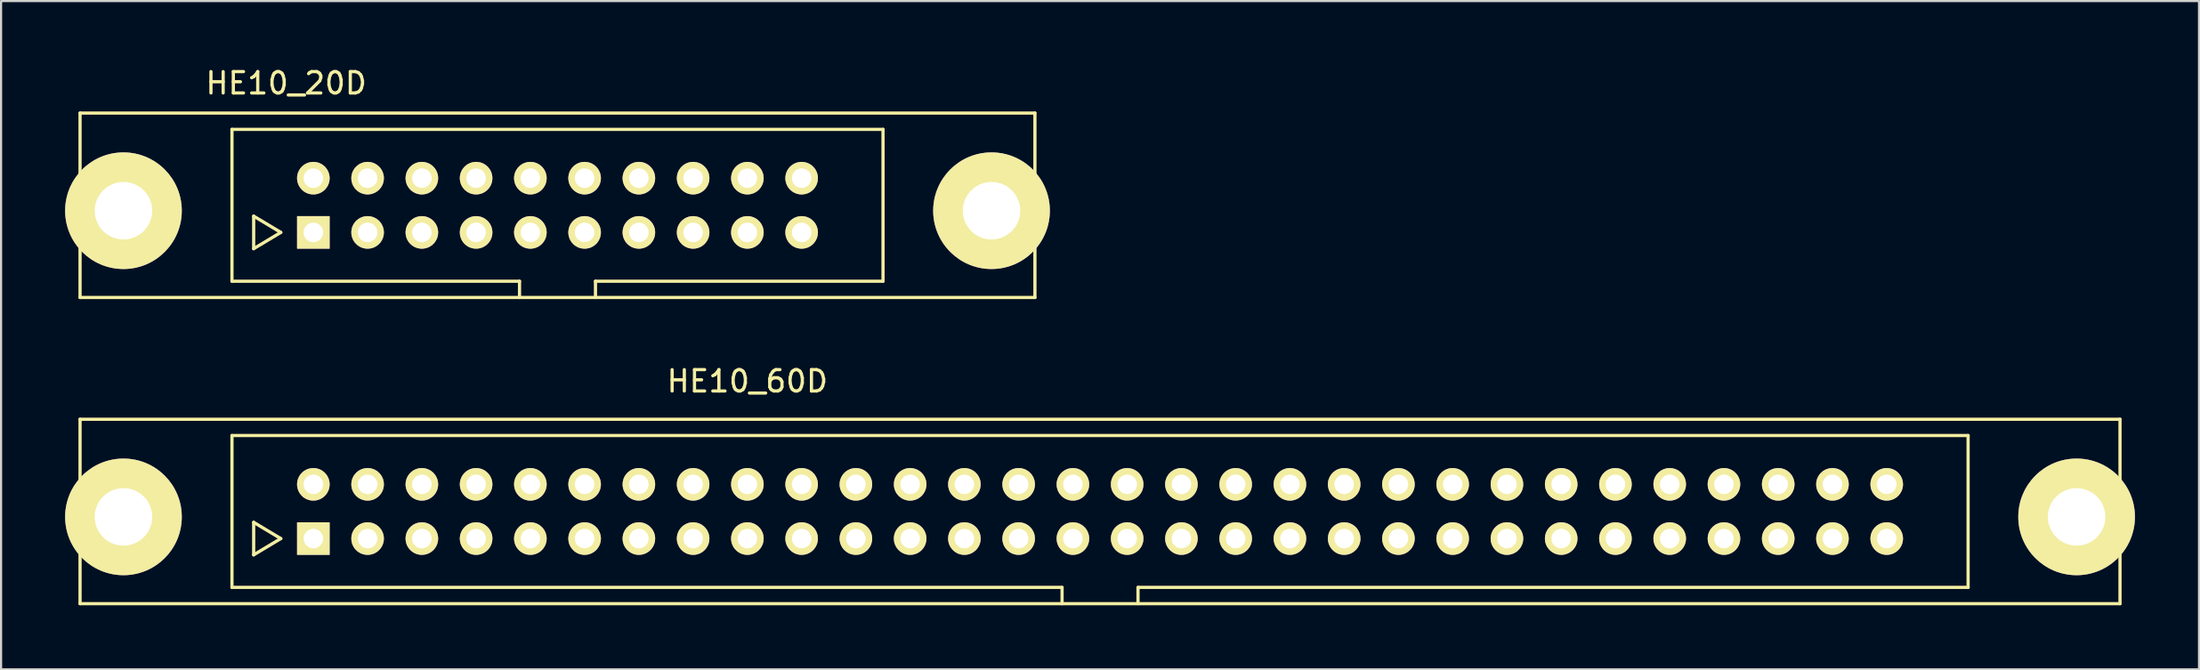
<source format=kicad_pcb>
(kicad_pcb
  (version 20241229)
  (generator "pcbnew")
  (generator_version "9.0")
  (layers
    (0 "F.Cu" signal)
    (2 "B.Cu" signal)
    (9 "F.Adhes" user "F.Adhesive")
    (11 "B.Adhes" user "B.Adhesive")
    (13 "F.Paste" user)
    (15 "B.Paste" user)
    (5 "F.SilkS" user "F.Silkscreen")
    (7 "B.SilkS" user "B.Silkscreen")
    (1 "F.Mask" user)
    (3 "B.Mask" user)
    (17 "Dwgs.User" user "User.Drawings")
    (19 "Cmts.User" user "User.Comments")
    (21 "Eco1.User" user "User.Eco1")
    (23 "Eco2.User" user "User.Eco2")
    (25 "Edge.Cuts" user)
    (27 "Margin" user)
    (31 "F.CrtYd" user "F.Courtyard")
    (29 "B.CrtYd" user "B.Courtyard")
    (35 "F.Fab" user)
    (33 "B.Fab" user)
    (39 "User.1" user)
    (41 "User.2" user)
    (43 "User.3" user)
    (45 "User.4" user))
  (footprint "HE10_20D"
    (layer "F.Cu")
    (at 23.05 6.563)
    (property "Reference" "HE10_20D" (at -12.7 -5.715 0) (layer "F.SilkS") (effects (font (size 1 1) (thickness 0.15))))
    (attr through_hole)
    (fp_line (start -22.352 -4.318) (end -22.352 4.318) (stroke (width 0.15) (type solid)) (layer "F.SilkS"))
    (fp_line (start -22.352 4.318) (end 22.352 4.318) (stroke (width 0.15) (type solid)) (layer "F.SilkS"))
    (fp_line (start -15.24 -3.556) (end 15.24 -3.556) (stroke (width 0.15) (type solid)) (layer "F.SilkS"))
    (fp_line (start -15.24 3.556) (end -15.24 -3.556) (stroke (width 0.15) (type solid)) (layer "F.SilkS"))
    (fp_line (start -14.224 0.508) (end -14.224 2.032) (stroke (width 0.15) (type solid)) (layer "F.SilkS"))
    (fp_line (start -14.224 2.032) (end -12.954 1.27) (stroke (width 0.15) (type solid)) (layer "F.SilkS"))
    (fp_line (start -12.954 1.27) (end -14.224 0.508) (stroke (width 0.15) (type solid)) (layer "F.SilkS"))
    (fp_line (start -1.778 3.556) (end -15.24 3.556) (stroke (width 0.15) (type solid)) (layer "F.SilkS"))
    (fp_line (start -1.778 4.318) (end -1.778 3.556) (stroke (width 0.15) (type solid)) (layer "F.SilkS"))
    (fp_line (start 1.778 3.556) (end 1.778 4.318) (stroke (width 0.15) (type solid)) (layer "F.SilkS"))
    (fp_line (start 15.24 -3.556) (end 15.24 3.556) (stroke (width 0.15) (type solid)) (layer "F.SilkS"))
    (fp_line (start 15.24 3.556) (end 1.778 3.556) (stroke (width 0.15) (type solid)) (layer "F.SilkS"))
    (fp_line (start 22.352 -4.318) (end -22.352 -4.318) (stroke (width 0.15) (type solid)) (layer "F.SilkS"))
    (fp_line (start 22.352 4.318) (end 22.352 -4.318) (stroke (width 0.15) (type solid)) (layer "F.SilkS"))
    (pad "" thru_hole circle (at -20.32 0.254) (size 5.461 5.461) (drill 2.692) (layers "*.Cu" "*.Mask" "F.SilkS"))
    (pad "" thru_hole circle (at 20.32 0.254) (size 5.461 5.461) (drill 2.692) (layers "*.Cu" "*.Mask" "F.SilkS"))
    (pad "1" thru_hole rect (at -11.43 1.27) (size 1.524 1.524) (drill 0.914) (layers "*.Cu" "*.Mask" "F.SilkS"))
    (pad "2" thru_hole circle (at -11.43 -1.27) (size 1.524 1.524) (drill 0.914) (layers "*.Cu" "*.Mask" "F.SilkS"))
    (pad "3" thru_hole circle (at -8.89 1.27) (size 1.524 1.524) (drill 0.914) (layers "*.Cu" "*.Mask" "F.SilkS"))
    (pad "4" thru_hole circle (at -8.89 -1.27) (size 1.524 1.524) (drill 0.914) (layers "*.Cu" "*.Mask" "F.SilkS"))
    (pad "5" thru_hole circle (at -6.35 1.27) (size 1.524 1.524) (drill 0.914) (layers "*.Cu" "*.Mask" "F.SilkS"))
    (pad "6" thru_hole circle (at -6.35 -1.27) (size 1.524 1.524) (drill 0.914) (layers "*.Cu" "*.Mask" "F.SilkS"))
    (pad "7" thru_hole circle (at -3.81 1.27) (size 1.524 1.524) (drill 0.914) (layers "*.Cu" "*.Mask" "F.SilkS"))
    (pad "8" thru_hole circle (at -3.81 -1.27) (size 1.524 1.524) (drill 0.914) (layers "*.Cu" "*.Mask" "F.SilkS"))
    (pad "9" thru_hole circle (at -1.27 1.27) (size 1.524 1.524) (drill 0.914) (layers "*.Cu" "*.Mask" "F.SilkS"))
    (pad "10" thru_hole circle (at -1.27 -1.27) (size 1.524 1.524) (drill 0.914) (layers "*.Cu" "*.Mask" "F.SilkS"))
    (pad "11" thru_hole circle (at 1.27 1.27) (size 1.524 1.524) (drill 0.914) (layers "*.Cu" "*.Mask" "F.SilkS"))
    (pad "12" thru_hole circle (at 1.27 -1.27) (size 1.524 1.524) (drill 0.914) (layers "*.Cu" "*.Mask" "F.SilkS"))
    (pad "13" thru_hole circle (at 3.81 1.27) (size 1.524 1.524) (drill 0.914) (layers "*.Cu" "*.Mask" "F.SilkS"))
    (pad "14" thru_hole circle (at 3.81 -1.27) (size 1.524 1.524) (drill 0.914) (layers "*.Cu" "*.Mask" "F.SilkS"))
    (pad "15" thru_hole circle (at 6.35 1.27) (size 1.524 1.524) (drill 0.914) (layers "*.Cu" "*.Mask" "F.SilkS"))
    (pad "16" thru_hole circle (at 6.35 -1.27) (size 1.524 1.524) (drill 0.914) (layers "*.Cu" "*.Mask" "F.SilkS"))
    (pad "17" thru_hole circle (at 8.89 1.27) (size 1.524 1.524) (drill 0.914) (layers "*.Cu" "*.Mask" "F.SilkS"))
    (pad "18" thru_hole circle (at 8.89 -1.27) (size 1.524 1.524) (drill 0.914) (layers "*.Cu" "*.Mask" "F.SilkS"))
    (pad "19" thru_hole circle (at 11.43 1.27) (size 1.524 1.524) (drill 0.914) (layers "*.Cu" "*.Mask" "F.SilkS"))
    (pad "20" thru_hole circle (at 11.43 -1.27) (size 1.524 1.524) (drill 0.914) (layers "*.Cu" "*.Mask" "F.SilkS")))
  (footprint "HE10_60D"
    (layer "F.Cu")
    (at 48.45 21.154)
    (property "Reference" "HE10_60D" (at -16.51 -6.35 0) (layer "F.SilkS") (effects (font (size 1 1) (thickness 0.15))))
    (attr through_hole)
    (fp_line (start -47.752 -4.572) (end -47.752 4.064) (stroke (width 0.15) (type solid)) (layer "F.SilkS"))
    (fp_line (start -47.752 4.064) (end 47.752 4.064) (stroke (width 0.15) (type solid)) (layer "F.SilkS"))
    (fp_line (start -40.64 -3.81) (end 40.64 -3.81) (stroke (width 0.15) (type solid)) (layer "F.SilkS"))
    (fp_line (start -40.64 3.302) (end -40.64 -3.81) (stroke (width 0.15) (type solid)) (layer "F.SilkS"))
    (fp_line (start -39.624 0.254) (end -39.624 1.778) (stroke (width 0.15) (type solid)) (layer "F.SilkS"))
    (fp_line (start -39.624 1.778) (end -38.354 1.016) (stroke (width 0.15) (type solid)) (layer "F.SilkS"))
    (fp_line (start -38.354 1.016) (end -39.624 0.254) (stroke (width 0.15) (type solid)) (layer "F.SilkS"))
    (fp_line (start -1.778 3.302) (end -40.64 3.302) (stroke (width 0.15) (type solid)) (layer "F.SilkS"))
    (fp_line (start -1.778 4.064) (end -1.778 3.302) (stroke (width 0.15) (type solid)) (layer "F.SilkS"))
    (fp_line (start 1.778 3.302) (end 1.778 4.064) (stroke (width 0.15) (type solid)) (layer "F.SilkS"))
    (fp_line (start 40.64 -3.81) (end 40.64 3.302) (stroke (width 0.15) (type solid)) (layer "F.SilkS"))
    (fp_line (start 40.64 3.302) (end 1.778 3.302) (stroke (width 0.15) (type solid)) (layer "F.SilkS"))
    (fp_line (start 47.752 -4.572) (end -47.752 -4.572) (stroke (width 0.15) (type solid)) (layer "F.SilkS"))
    (fp_line (start 47.752 4.064) (end 47.752 -4.572) (stroke (width 0.15) (type solid)) (layer "F.SilkS"))
    (pad "" thru_hole circle (at -45.72 0) (size 5.461 5.461) (drill 2.692) (layers "*.Cu" "*.Mask" "F.SilkS"))
    (pad "" thru_hole circle (at 45.72 0) (size 5.461 5.461) (drill 2.692) (layers "*.Cu" "*.Mask" "F.SilkS"))
    (pad "1" thru_hole rect (at -36.83 1.016) (size 1.524 1.524) (drill 0.914) (layers "*.Cu" "*.Mask" "F.SilkS"))
    (pad "2" thru_hole circle (at -36.83 -1.524) (size 1.524 1.524) (drill 0.914) (layers "*.Cu" "*.Mask" "F.SilkS"))
    (pad "3" thru_hole circle (at -34.29 1.016) (size 1.524 1.524) (drill 0.914) (layers "*.Cu" "*.Mask" "F.SilkS"))
    (pad "4" thru_hole circle (at -34.29 -1.524) (size 1.524 1.524) (drill 0.914) (layers "*.Cu" "*.Mask" "F.SilkS"))
    (pad "5" thru_hole circle (at -31.75 1.016) (size 1.524 1.524) (drill 0.914) (layers "*.Cu" "*.Mask" "F.SilkS"))
    (pad "6" thru_hole circle (at -31.75 -1.524) (size 1.524 1.524) (drill 0.914) (layers "*.Cu" "*.Mask" "F.SilkS"))
    (pad "7" thru_hole circle (at -29.21 1.016) (size 1.524 1.524) (drill 0.914) (layers "*.Cu" "*.Mask" "F.SilkS"))
    (pad "8" thru_hole circle (at -29.21 -1.524) (size 1.524 1.524) (drill 0.914) (layers "*.Cu" "*.Mask" "F.SilkS"))
    (pad "9" thru_hole circle (at -26.67 1.016) (size 1.524 1.524) (drill 0.914) (layers "*.Cu" "*.Mask" "F.SilkS"))
    (pad "10" thru_hole circle (at -26.67 -1.524) (size 1.524 1.524) (drill 0.914) (layers "*.Cu" "*.Mask" "F.SilkS"))
    (pad "11" thru_hole circle (at -24.13 1.016) (size 1.524 1.524) (drill 0.914) (layers "*.Cu" "*.Mask" "F.SilkS"))
    (pad "12" thru_hole circle (at -24.13 -1.524) (size 1.524 1.524) (drill 0.914) (layers "*.Cu" "*.Mask" "F.SilkS"))
    (pad "13" thru_hole circle (at -21.59 1.016) (size 1.524 1.524) (drill 0.914) (layers "*.Cu" "*.Mask" "F.SilkS"))
    (pad "14" thru_hole circle (at -21.59 -1.524) (size 1.524 1.524) (drill 0.914) (layers "*.Cu" "*.Mask" "F.SilkS"))
    (pad "15" thru_hole circle (at -19.05 1.016) (size 1.524 1.524) (drill 0.914) (layers "*.Cu" "*.Mask" "F.SilkS"))
    (pad "16" thru_hole circle (at -19.05 -1.524) (size 1.524 1.524) (drill 0.914) (layers "*.Cu" "*.Mask" "F.SilkS"))
    (pad "17" thru_hole circle (at -16.51 1.016) (size 1.524 1.524) (drill 0.914) (layers "*.Cu" "*.Mask" "F.SilkS"))
    (pad "18" thru_hole circle (at -16.51 -1.524) (size 1.524 1.524) (drill 0.914) (layers "*.Cu" "*.Mask" "F.SilkS"))
    (pad "19" thru_hole circle (at -13.97 1.016) (size 1.524 1.524) (drill 0.914) (layers "*.Cu" "*.Mask" "F.SilkS"))
    (pad "20" thru_hole circle (at -13.97 -1.524) (size 1.524 1.524) (drill 0.914) (layers "*.Cu" "*.Mask" "F.SilkS"))
    (pad "21" thru_hole circle (at -11.43 1.016) (size 1.524 1.524) (drill 0.914) (layers "*.Cu" "*.Mask" "F.SilkS"))
    (pad "22" thru_hole circle (at -11.43 -1.524) (size 1.524 1.524) (drill 0.914) (layers "*.Cu" "*.Mask" "F.SilkS"))
    (pad "23" thru_hole circle (at -8.89 1.016) (size 1.524 1.524) (drill 0.914) (layers "*.Cu" "*.Mask" "F.SilkS"))
    (pad "24" thru_hole circle (at -8.89 -1.524) (size 1.524 1.524) (drill 0.914) (layers "*.Cu" "*.Mask" "F.SilkS"))
    (pad "25" thru_hole circle (at -6.35 1.016) (size 1.524 1.524) (drill 0.914) (layers "*.Cu" "*.Mask" "F.SilkS"))
    (pad "26" thru_hole circle (at -6.35 -1.524) (size 1.524 1.524) (drill 0.914) (layers "*.Cu" "*.Mask" "F.SilkS"))
    (pad "27" thru_hole circle (at -3.81 1.016) (size 1.524 1.524) (drill 0.914) (layers "*.Cu" "*.Mask" "F.SilkS"))
    (pad "28" thru_hole circle (at -3.81 -1.524) (size 1.524 1.524) (drill 0.914) (layers "*.Cu" "*.Mask" "F.SilkS"))
    (pad "29" thru_hole circle (at -1.27 1.016) (size 1.524 1.524) (drill 0.914) (layers "*.Cu" "*.Mask" "F.SilkS"))
    (pad "30" thru_hole circle (at -1.27 -1.524) (size 1.524 1.524) (drill 0.914) (layers "*.Cu" "*.Mask" "F.SilkS"))
    (pad "31" thru_hole circle (at 1.27 1.016) (size 1.524 1.524) (drill 0.914) (layers "*.Cu" "*.Mask" "F.SilkS"))
    (pad "32" thru_hole circle (at 1.27 -1.524) (size 1.524 1.524) (drill 0.914) (layers "*.Cu" "*.Mask" "F.SilkS"))
    (pad "33" thru_hole circle (at 3.81 1.016) (size 1.524 1.524) (drill 0.914) (layers "*.Cu" "*.Mask" "F.SilkS"))
    (pad "34" thru_hole circle (at 3.81 -1.524) (size 1.524 1.524) (drill 0.914) (layers "*.Cu" "*.Mask" "F.SilkS"))
    (pad "35" thru_hole circle (at 6.35 1.016) (size 1.524 1.524) (drill 0.914) (layers "*.Cu" "*.Mask" "F.SilkS"))
    (pad "36" thru_hole circle (at 6.35 -1.524) (size 1.524 1.524) (drill 0.914) (layers "*.Cu" "*.Mask" "F.SilkS"))
    (pad "37" thru_hole circle (at 8.89 1.016) (size 1.524 1.524) (drill 0.914) (layers "*.Cu" "*.Mask" "F.SilkS"))
    (pad "38" thru_hole circle (at 8.89 -1.524) (size 1.524 1.524) (drill 0.914) (layers "*.Cu" "*.Mask" "F.SilkS"))
    (pad "39" thru_hole circle (at 11.43 1.016) (size 1.524 1.524) (drill 0.914) (layers "*.Cu" "*.Mask" "F.SilkS"))
    (pad "40" thru_hole circle (at 11.43 -1.524) (size 1.524 1.524) (drill 0.914) (layers "*.Cu" "*.Mask" "F.SilkS"))
    (pad "41" thru_hole circle (at 13.97 1.016) (size 1.524 1.524) (drill 0.914) (layers "*.Cu" "*.Mask" "F.SilkS"))
    (pad "42" thru_hole circle (at 13.97 -1.524) (size 1.524 1.524) (drill 0.914) (layers "*.Cu" "*.Mask" "F.SilkS"))
    (pad "43" thru_hole circle (at 16.51 1.016) (size 1.524 1.524) (drill 0.914) (layers "*.Cu" "*.Mask" "F.SilkS"))
    (pad "44" thru_hole circle (at 16.51 -1.524) (size 1.524 1.524) (drill 0.914) (layers "*.Cu" "*.Mask" "F.SilkS"))
    (pad "45" thru_hole circle (at 19.05 1.016) (size 1.524 1.524) (drill 0.914) (layers "*.Cu" "*.Mask" "F.SilkS"))
    (pad "46" thru_hole circle (at 19.05 -1.524) (size 1.524 1.524) (drill 0.914) (layers "*.Cu" "*.Mask" "F.SilkS"))
    (pad "47" thru_hole circle (at 21.59 1.016) (size 1.524 1.524) (drill 0.914) (layers "*.Cu" "*.Mask" "F.SilkS"))
    (pad "48" thru_hole circle (at 21.59 -1.524) (size 1.524 1.524) (drill 0.914) (layers "*.Cu" "*.Mask" "F.SilkS"))
    (pad "49" thru_hole circle (at 24.13 1.016) (size 1.524 1.524) (drill 0.914) (layers "*.Cu" "*.Mask" "F.SilkS"))
    (pad "50" thru_hole circle (at 24.13 -1.524) (size 1.524 1.524) (drill 0.914) (layers "*.Cu" "*.Mask" "F.SilkS"))
    (pad "51" thru_hole circle (at 26.67 1.016) (size 1.524 1.524) (drill 0.914) (layers "*.Cu" "*.Mask" "F.SilkS"))
    (pad "52" thru_hole circle (at 26.67 -1.524) (size 1.524 1.524) (drill 0.914) (layers "*.Cu" "*.Mask" "F.SilkS"))
    (pad "53" thru_hole circle (at 29.21 1.016) (size 1.524 1.524) (drill 0.914) (layers "*.Cu" "*.Mask" "F.SilkS"))
    (pad "54" thru_hole circle (at 29.21 -1.524) (size 1.524 1.524) (drill 0.914) (layers "*.Cu" "*.Mask" "F.SilkS"))
    (pad "55" thru_hole circle (at 31.75 1.016) (size 1.524 1.524) (drill 0.914) (layers "*.Cu" "*.Mask" "F.SilkS"))
    (pad "56" thru_hole circle (at 31.75 -1.524) (size 1.524 1.524) (drill 0.914) (layers "*.Cu" "*.Mask" "F.SilkS"))
    (pad "57" thru_hole circle (at 34.29 1.016) (size 1.524 1.524) (drill 0.914) (layers "*.Cu" "*.Mask" "F.SilkS"))
    (pad "58" thru_hole circle (at 34.29 -1.524) (size 1.524 1.524) (drill 0.914) (layers "*.Cu" "*.Mask" "F.SilkS"))
    (pad "59" thru_hole circle (at 36.83 1.016) (size 1.524 1.524) (drill 0.914) (layers "*.Cu" "*.Mask" "F.SilkS"))
    (pad "60" thru_hole circle (at 36.83 -1.524) (size 1.524 1.524) (drill 0.914) (layers "*.Cu" "*.Mask" "F.SilkS")))
  (gr_rect
    (start -3 -3)
    (end 99.901 28.294)
    (stroke (width 0.1) (type default))
    (fill no)
    (layer "Edge.Cuts")))
</source>
